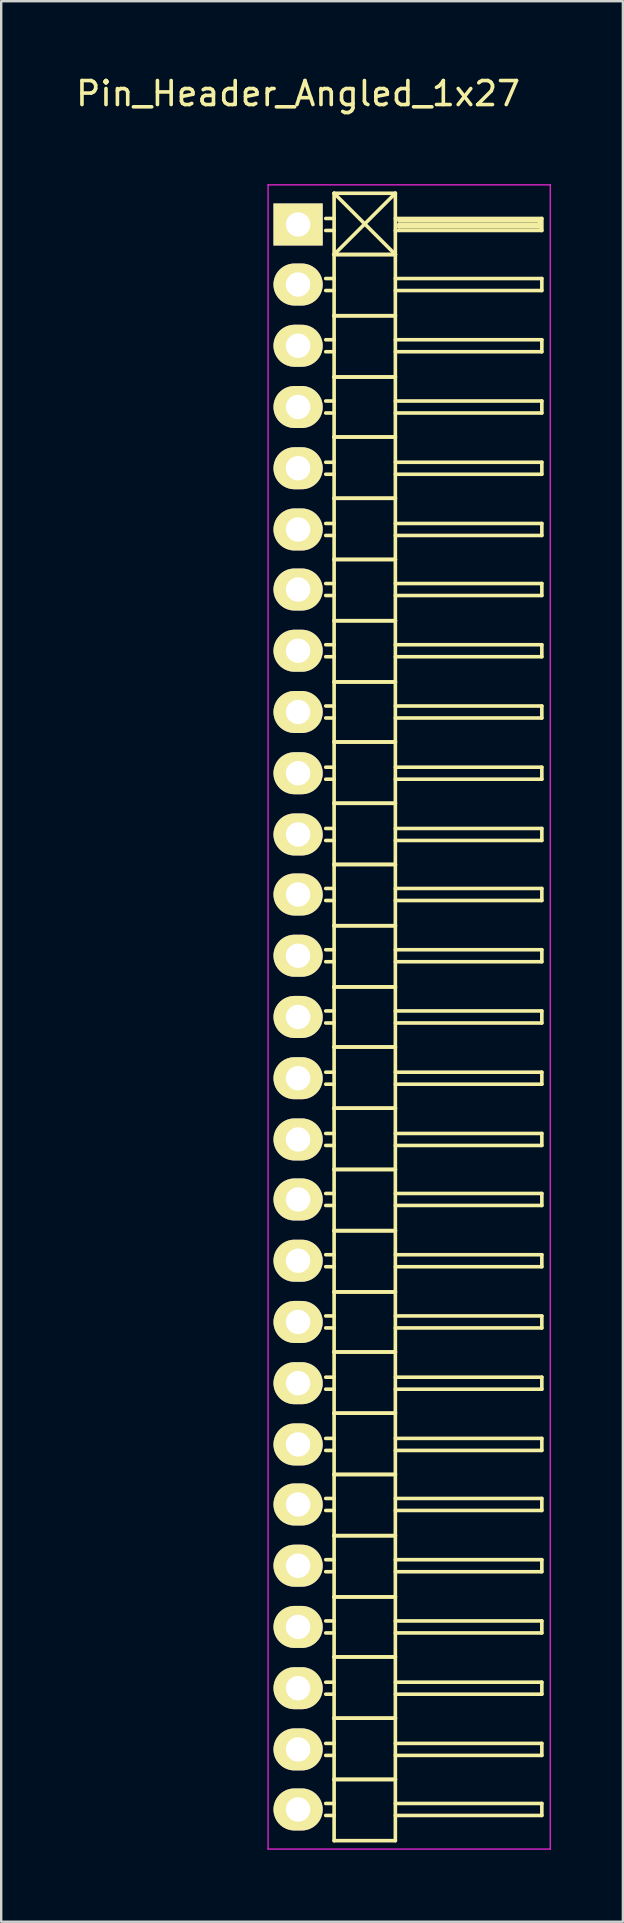
<source format=kicad_pcb>
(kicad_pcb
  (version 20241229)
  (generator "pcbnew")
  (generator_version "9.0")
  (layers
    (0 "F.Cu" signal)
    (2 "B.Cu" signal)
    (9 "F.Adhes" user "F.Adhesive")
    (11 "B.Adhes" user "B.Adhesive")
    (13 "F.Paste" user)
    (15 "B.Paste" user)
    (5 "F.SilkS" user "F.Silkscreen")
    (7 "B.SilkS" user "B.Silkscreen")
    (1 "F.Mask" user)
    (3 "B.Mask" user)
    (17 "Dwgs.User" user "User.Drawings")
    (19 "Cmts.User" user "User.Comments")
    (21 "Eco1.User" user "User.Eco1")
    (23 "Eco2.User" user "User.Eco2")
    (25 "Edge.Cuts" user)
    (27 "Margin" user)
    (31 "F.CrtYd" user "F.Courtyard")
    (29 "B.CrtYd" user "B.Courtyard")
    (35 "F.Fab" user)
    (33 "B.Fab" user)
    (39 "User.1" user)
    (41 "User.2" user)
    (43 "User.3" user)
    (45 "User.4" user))
  (footprint "Pin_Header_Angled_1x27"
    (layer "F.Cu")
    (at 9.363 6.298)
    (property "Reference" "Pin_Header_Angled_1x27" (at 0 -5.45 0) (layer "F.SilkS") (effects (font (size 1 1) (thickness 0.15))))
    (attr through_hole)
    (fp_line (start 1.5 -1.3) (end 1.5 1.25) (stroke (width 0.15) (type solid)) (layer "F.SilkS"))
    (fp_line (start 1.5 -1.3) (end 4.05 -1.3) (stroke (width 0.15) (type solid)) (layer "F.SilkS"))
    (fp_line (start 1.5 -0.25) (end 1.15 -0.25) (stroke (width 0.15) (type solid)) (layer "F.SilkS"))
    (fp_line (start 1.5 0.25) (end 1.15 0.25) (stroke (width 0.15) (type solid)) (layer "F.SilkS"))
    (fp_line (start 1.5 1.25) (end 1.5 3.8) (stroke (width 0.15) (type solid)) (layer "F.SilkS"))
    (fp_line (start 1.5 1.25) (end 4.05 1.25) (stroke (width 0.15) (type solid)) (layer "F.SilkS"))
    (fp_line (start 1.5 1.25) (end 4.05 1.25) (stroke (width 0.15) (type solid)) (layer "F.SilkS"))
    (fp_line (start 1.5 2.25) (end 1.15 2.25) (stroke (width 0.15) (type solid)) (layer "F.SilkS"))
    (fp_line (start 1.5 2.75) (end 1.15 2.75) (stroke (width 0.15) (type solid)) (layer "F.SilkS"))
    (fp_line (start 1.5 3.8) (end 1.5 6.35) (stroke (width 0.15) (type solid)) (layer "F.SilkS"))
    (fp_line (start 1.5 3.8) (end 4.05 3.8) (stroke (width 0.15) (type solid)) (layer "F.SilkS"))
    (fp_line (start 1.5 3.8) (end 4.05 3.8) (stroke (width 0.15) (type solid)) (layer "F.SilkS"))
    (fp_line (start 1.5 4.8) (end 1.15 4.8) (stroke (width 0.15) (type solid)) (layer "F.SilkS"))
    (fp_line (start 1.5 5.3) (end 1.15 5.3) (stroke (width 0.15) (type solid)) (layer "F.SilkS"))
    (fp_line (start 1.5 6.35) (end 1.5 8.85) (stroke (width 0.15) (type solid)) (layer "F.SilkS"))
    (fp_line (start 1.5 6.35) (end 4.05 6.35) (stroke (width 0.15) (type solid)) (layer "F.SilkS"))
    (fp_line (start 1.5 6.35) (end 4.05 6.35) (stroke (width 0.15) (type solid)) (layer "F.SilkS"))
    (fp_line (start 1.5 7.35) (end 1.15 7.35) (stroke (width 0.15) (type solid)) (layer "F.SilkS"))
    (fp_line (start 1.5 7.85) (end 1.15 7.85) (stroke (width 0.15) (type solid)) (layer "F.SilkS"))
    (fp_line (start 1.5 8.85) (end 1.5 11.4) (stroke (width 0.15) (type solid)) (layer "F.SilkS"))
    (fp_line (start 1.5 8.85) (end 4.05 8.85) (stroke (width 0.15) (type solid)) (layer "F.SilkS"))
    (fp_line (start 1.5 8.85) (end 4.05 8.85) (stroke (width 0.15) (type solid)) (layer "F.SilkS"))
    (fp_line (start 1.5 9.9) (end 1.15 9.9) (stroke (width 0.15) (type solid)) (layer "F.SilkS"))
    (fp_line (start 1.5 10.4) (end 1.15 10.4) (stroke (width 0.15) (type solid)) (layer "F.SilkS"))
    (fp_line (start 1.5 11.4) (end 1.5 13.95) (stroke (width 0.15) (type solid)) (layer "F.SilkS"))
    (fp_line (start 1.5 11.4) (end 4.05 11.4) (stroke (width 0.15) (type solid)) (layer "F.SilkS"))
    (fp_line (start 1.5 11.4) (end 4.05 11.4) (stroke (width 0.15) (type solid)) (layer "F.SilkS"))
    (fp_line (start 1.5 12.45) (end 1.15 12.45) (stroke (width 0.15) (type solid)) (layer "F.SilkS"))
    (fp_line (start 1.5 12.95) (end 1.15 12.95) (stroke (width 0.15) (type solid)) (layer "F.SilkS"))
    (fp_line (start 1.5 13.95) (end 1.5 16.5) (stroke (width 0.15) (type solid)) (layer "F.SilkS"))
    (fp_line (start 1.5 13.95) (end 4.05 13.95) (stroke (width 0.15) (type solid)) (layer "F.SilkS"))
    (fp_line (start 1.5 13.95) (end 4.05 13.95) (stroke (width 0.15) (type solid)) (layer "F.SilkS"))
    (fp_line (start 1.5 14.95) (end 1.15 14.95) (stroke (width 0.15) (type solid)) (layer "F.SilkS"))
    (fp_line (start 1.5 15.45) (end 1.15 15.45) (stroke (width 0.15) (type solid)) (layer "F.SilkS"))
    (fp_line (start 1.5 16.5) (end 1.5 19.05) (stroke (width 0.15) (type solid)) (layer "F.SilkS"))
    (fp_line (start 1.5 16.5) (end 4.05 16.5) (stroke (width 0.15) (type solid)) (layer "F.SilkS"))
    (fp_line (start 1.5 16.5) (end 4.05 16.5) (stroke (width 0.15) (type solid)) (layer "F.SilkS"))
    (fp_line (start 1.5 17.5) (end 1.15 17.5) (stroke (width 0.15) (type solid)) (layer "F.SilkS"))
    (fp_line (start 1.5 18) (end 1.15 18) (stroke (width 0.15) (type solid)) (layer "F.SilkS"))
    (fp_line (start 1.5 19.05) (end 1.5 21.55) (stroke (width 0.15) (type solid)) (layer "F.SilkS"))
    (fp_line (start 1.5 19.05) (end 4.05 19.05) (stroke (width 0.15) (type solid)) (layer "F.SilkS"))
    (fp_line (start 1.5 19.05) (end 4.05 19.05) (stroke (width 0.15) (type solid)) (layer "F.SilkS"))
    (fp_line (start 1.5 20.05) (end 1.15 20.05) (stroke (width 0.15) (type solid)) (layer "F.SilkS"))
    (fp_line (start 1.5 20.55) (end 1.15 20.55) (stroke (width 0.15) (type solid)) (layer "F.SilkS"))
    (fp_line (start 1.5 21.55) (end 1.5 24.1) (stroke (width 0.15) (type solid)) (layer "F.SilkS"))
    (fp_line (start 1.5 21.55) (end 4.05 21.55) (stroke (width 0.15) (type solid)) (layer "F.SilkS"))
    (fp_line (start 1.5 21.55) (end 4.05 21.55) (stroke (width 0.15) (type solid)) (layer "F.SilkS"))
    (fp_line (start 1.5 22.6) (end 1.15 22.6) (stroke (width 0.15) (type solid)) (layer "F.SilkS"))
    (fp_line (start 1.5 23.1) (end 1.15 23.1) (stroke (width 0.15) (type solid)) (layer "F.SilkS"))
    (fp_line (start 1.5 24.1) (end 1.5 26.65) (stroke (width 0.15) (type solid)) (layer "F.SilkS"))
    (fp_line (start 1.5 24.1) (end 4.05 24.1) (stroke (width 0.15) (type solid)) (layer "F.SilkS"))
    (fp_line (start 1.5 24.1) (end 4.05 24.1) (stroke (width 0.15) (type solid)) (layer "F.SilkS"))
    (fp_line (start 1.5 25.15) (end 1.15 25.15) (stroke (width 0.15) (type solid)) (layer "F.SilkS"))
    (fp_line (start 1.5 25.65) (end 1.15 25.65) (stroke (width 0.15) (type solid)) (layer "F.SilkS"))
    (fp_line (start 1.5 26.65) (end 1.5 29.2) (stroke (width 0.15) (type solid)) (layer "F.SilkS"))
    (fp_line (start 1.5 26.65) (end 4.05 26.65) (stroke (width 0.15) (type solid)) (layer "F.SilkS"))
    (fp_line (start 1.5 26.65) (end 4.05 26.65) (stroke (width 0.15) (type solid)) (layer "F.SilkS"))
    (fp_line (start 1.5 27.65) (end 1.15 27.65) (stroke (width 0.15) (type solid)) (layer "F.SilkS"))
    (fp_line (start 1.5 28.15) (end 1.15 28.15) (stroke (width 0.15) (type solid)) (layer "F.SilkS"))
    (fp_line (start 1.5 29.2) (end 1.5 31.75) (stroke (width 0.15) (type solid)) (layer "F.SilkS"))
    (fp_line (start 1.5 29.2) (end 4.05 29.2) (stroke (width 0.15) (type solid)) (layer "F.SilkS"))
    (fp_line (start 1.5 29.2) (end 4.05 29.2) (stroke (width 0.15) (type solid)) (layer "F.SilkS"))
    (fp_line (start 1.5 30.2) (end 1.15 30.2) (stroke (width 0.15) (type solid)) (layer "F.SilkS"))
    (fp_line (start 1.5 30.7) (end 1.15 30.7) (stroke (width 0.15) (type solid)) (layer "F.SilkS"))
    (fp_line (start 1.5 31.75) (end 1.5 34.25) (stroke (width 0.15) (type solid)) (layer "F.SilkS"))
    (fp_line (start 1.5 31.75) (end 4.05 31.75) (stroke (width 0.15) (type solid)) (layer "F.SilkS"))
    (fp_line (start 1.5 31.75) (end 4.05 31.75) (stroke (width 0.15) (type solid)) (layer "F.SilkS"))
    (fp_line (start 1.5 32.75) (end 1.15 32.75) (stroke (width 0.15) (type solid)) (layer "F.SilkS"))
    (fp_line (start 1.5 33.25) (end 1.15 33.25) (stroke (width 0.15) (type solid)) (layer "F.SilkS"))
    (fp_line (start 1.5 34.25) (end 1.5 36.8) (stroke (width 0.15) (type solid)) (layer "F.SilkS"))
    (fp_line (start 1.5 34.25) (end 4.05 34.25) (stroke (width 0.15) (type solid)) (layer "F.SilkS"))
    (fp_line (start 1.5 34.25) (end 4.05 34.25) (stroke (width 0.15) (type solid)) (layer "F.SilkS"))
    (fp_line (start 1.5 35.3) (end 1.15 35.3) (stroke (width 0.15) (type solid)) (layer "F.SilkS"))
    (fp_line (start 1.5 35.8) (end 1.15 35.8) (stroke (width 0.15) (type solid)) (layer "F.SilkS"))
    (fp_line (start 1.5 36.8) (end 1.5 39.35) (stroke (width 0.15) (type solid)) (layer "F.SilkS"))
    (fp_line (start 1.5 36.8) (end 4.05 36.8) (stroke (width 0.15) (type solid)) (layer "F.SilkS"))
    (fp_line (start 1.5 36.8) (end 4.05 36.8) (stroke (width 0.15) (type solid)) (layer "F.SilkS"))
    (fp_line (start 1.5 37.85) (end 1.15 37.85) (stroke (width 0.15) (type solid)) (layer "F.SilkS"))
    (fp_line (start 1.5 38.35) (end 1.15 38.35) (stroke (width 0.15) (type solid)) (layer "F.SilkS"))
    (fp_line (start 1.5 39.35) (end 1.5 41.9) (stroke (width 0.15) (type solid)) (layer "F.SilkS"))
    (fp_line (start 1.5 39.35) (end 4.05 39.35) (stroke (width 0.15) (type solid)) (layer "F.SilkS"))
    (fp_line (start 1.5 39.35) (end 4.05 39.35) (stroke (width 0.15) (type solid)) (layer "F.SilkS"))
    (fp_line (start 1.5 40.35) (end 1.15 40.35) (stroke (width 0.15) (type solid)) (layer "F.SilkS"))
    (fp_line (start 1.5 40.85) (end 1.15 40.85) (stroke (width 0.15) (type solid)) (layer "F.SilkS"))
    (fp_line (start 1.5 41.9) (end 1.5 44.45) (stroke (width 0.15) (type solid)) (layer "F.SilkS"))
    (fp_line (start 1.5 41.9) (end 4.05 41.9) (stroke (width 0.15) (type solid)) (layer "F.SilkS"))
    (fp_line (start 1.5 41.9) (end 4.05 41.9) (stroke (width 0.15) (type solid)) (layer "F.SilkS"))
    (fp_line (start 1.5 42.9) (end 1.15 42.9) (stroke (width 0.15) (type solid)) (layer "F.SilkS"))
    (fp_line (start 1.5 43.4) (end 1.15 43.4) (stroke (width 0.15) (type solid)) (layer "F.SilkS"))
    (fp_line (start 1.5 44.45) (end 1.5 46.95) (stroke (width 0.15) (type solid)) (layer "F.SilkS"))
    (fp_line (start 1.5 44.45) (end 4.05 44.45) (stroke (width 0.15) (type solid)) (layer "F.SilkS"))
    (fp_line (start 1.5 44.45) (end 4.05 44.45) (stroke (width 0.15) (type solid)) (layer "F.SilkS"))
    (fp_line (start 1.5 45.45) (end 1.15 45.45) (stroke (width 0.15) (type solid)) (layer "F.SilkS"))
    (fp_line (start 1.5 45.95) (end 1.15 45.95) (stroke (width 0.15) (type solid)) (layer "F.SilkS"))
    (fp_line (start 1.5 46.95) (end 1.5 49.5) (stroke (width 0.15) (type solid)) (layer "F.SilkS"))
    (fp_line (start 1.5 46.95) (end 4.05 46.95) (stroke (width 0.15) (type solid)) (layer "F.SilkS"))
    (fp_line (start 1.5 46.95) (end 4.05 46.95) (stroke (width 0.15) (type solid)) (layer "F.SilkS"))
    (fp_line (start 1.5 48) (end 1.15 48) (stroke (width 0.15) (type solid)) (layer "F.SilkS"))
    (fp_line (start 1.5 48.5) (end 1.15 48.5) (stroke (width 0.15) (type solid)) (layer "F.SilkS"))
    (fp_line (start 1.5 49.5) (end 1.5 52.05) (stroke (width 0.15) (type solid)) (layer "F.SilkS"))
    (fp_line (start 1.5 49.5) (end 4.05 49.5) (stroke (width 0.15) (type solid)) (layer "F.SilkS"))
    (fp_line (start 1.5 49.5) (end 4.05 49.5) (stroke (width 0.15) (type solid)) (layer "F.SilkS"))
    (fp_line (start 1.5 50.55) (end 1.15 50.55) (stroke (width 0.15) (type solid)) (layer "F.SilkS"))
    (fp_line (start 1.5 51.05) (end 1.15 51.05) (stroke (width 0.15) (type solid)) (layer "F.SilkS"))
    (fp_line (start 1.5 52.05) (end 1.5 54.6) (stroke (width 0.15) (type solid)) (layer "F.SilkS"))
    (fp_line (start 1.5 52.05) (end 4.05 52.05) (stroke (width 0.15) (type solid)) (layer "F.SilkS"))
    (fp_line (start 1.5 52.05) (end 4.05 52.05) (stroke (width 0.15) (type solid)) (layer "F.SilkS"))
    (fp_line (start 1.5 53.05) (end 1.15 53.05) (stroke (width 0.15) (type solid)) (layer "F.SilkS"))
    (fp_line (start 1.5 53.55) (end 1.15 53.55) (stroke (width 0.15) (type solid)) (layer "F.SilkS"))
    (fp_line (start 1.5 54.6) (end 1.5 57.15) (stroke (width 0.15) (type solid)) (layer "F.SilkS"))
    (fp_line (start 1.5 54.6) (end 4.05 54.6) (stroke (width 0.15) (type solid)) (layer "F.SilkS"))
    (fp_line (start 1.5 54.6) (end 4.05 54.6) (stroke (width 0.15) (type solid)) (layer "F.SilkS"))
    (fp_line (start 1.5 55.6) (end 1.15 55.6) (stroke (width 0.15) (type solid)) (layer "F.SilkS"))
    (fp_line (start 1.5 56.1) (end 1.15 56.1) (stroke (width 0.15) (type solid)) (layer "F.SilkS"))
    (fp_line (start 1.5 57.15) (end 1.5 59.65) (stroke (width 0.15) (type solid)) (layer "F.SilkS"))
    (fp_line (start 1.5 57.15) (end 4.05 57.15) (stroke (width 0.15) (type solid)) (layer "F.SilkS"))
    (fp_line (start 1.5 57.15) (end 4.05 57.15) (stroke (width 0.15) (type solid)) (layer "F.SilkS"))
    (fp_line (start 1.5 58.15) (end 1.15 58.15) (stroke (width 0.15) (type solid)) (layer "F.SilkS"))
    (fp_line (start 1.5 58.65) (end 1.15 58.65) (stroke (width 0.15) (type solid)) (layer "F.SilkS"))
    (fp_line (start 1.5 59.65) (end 1.5 62.2) (stroke (width 0.15) (type solid)) (layer "F.SilkS"))
    (fp_line (start 1.5 59.65) (end 4.05 59.65) (stroke (width 0.15) (type solid)) (layer "F.SilkS"))
    (fp_line (start 1.5 59.65) (end 4.05 59.65) (stroke (width 0.15) (type solid)) (layer "F.SilkS"))
    (fp_line (start 1.5 60.7) (end 1.15 60.7) (stroke (width 0.15) (type solid)) (layer "F.SilkS"))
    (fp_line (start 1.5 61.2) (end 1.15 61.2) (stroke (width 0.15) (type solid)) (layer "F.SilkS"))
    (fp_line (start 1.5 62.2) (end 1.5 64.75) (stroke (width 0.15) (type solid)) (layer "F.SilkS"))
    (fp_line (start 1.5 62.2) (end 4.05 62.2) (stroke (width 0.15) (type solid)) (layer "F.SilkS"))
    (fp_line (start 1.5 62.2) (end 4.05 62.2) (stroke (width 0.15) (type solid)) (layer "F.SilkS"))
    (fp_line (start 1.5 63.25) (end 1.15 63.25) (stroke (width 0.15) (type solid)) (layer "F.SilkS"))
    (fp_line (start 1.5 63.75) (end 1.15 63.75) (stroke (width 0.15) (type solid)) (layer "F.SilkS"))
    (fp_line (start 1.5 64.75) (end 1.5 67.3) (stroke (width 0.15) (type solid)) (layer "F.SilkS"))
    (fp_line (start 1.5 64.75) (end 4.05 64.75) (stroke (width 0.15) (type solid)) (layer "F.SilkS"))
    (fp_line (start 1.5 64.75) (end 4.05 64.75) (stroke (width 0.15) (type solid)) (layer "F.SilkS"))
    (fp_line (start 1.5 65.75) (end 1.15 65.75) (stroke (width 0.15) (type solid)) (layer "F.SilkS"))
    (fp_line (start 1.5 66.25) (end 1.15 66.25) (stroke (width 0.15) (type solid)) (layer "F.SilkS"))
    (fp_line (start 1.5 67.3) (end 4.05 67.3) (stroke (width 0.15) (type solid)) (layer "F.SilkS"))
    (fp_line (start 4.05 -1.3) (end 1.5 1.25) (stroke (width 0.15) (type solid)) (layer "F.SilkS"))
    (fp_line (start 4.05 -0.25) (end 10.15 -0.25) (stroke (width 0.15) (type solid)) (layer "F.SilkS"))
    (fp_line (start 4.05 1.25) (end 1.5 -1.3) (stroke (width 0.15) (type solid)) (layer "F.SilkS"))
    (fp_line (start 4.05 1.25) (end 4.05 -1.3) (stroke (width 0.15) (type solid)) (layer "F.SilkS"))
    (fp_line (start 4.05 2.25) (end 10.15 2.25) (stroke (width 0.15) (type solid)) (layer "F.SilkS"))
    (fp_line (start 4.05 3.8) (end 4.05 1.25) (stroke (width 0.15) (type solid)) (layer "F.SilkS"))
    (fp_line (start 4.05 4.8) (end 10.15 4.8) (stroke (width 0.15) (type solid)) (layer "F.SilkS"))
    (fp_line (start 4.05 6.35) (end 4.05 3.8) (stroke (width 0.15) (type solid)) (layer "F.SilkS"))
    (fp_line (start 4.05 7.35) (end 10.15 7.35) (stroke (width 0.15) (type solid)) (layer "F.SilkS"))
    (fp_line (start 4.05 8.85) (end 4.05 6.35) (stroke (width 0.15) (type solid)) (layer "F.SilkS"))
    (fp_line (start 4.05 9.9) (end 10.15 9.9) (stroke (width 0.15) (type solid)) (layer "F.SilkS"))
    (fp_line (start 4.05 11.4) (end 4.05 8.85) (stroke (width 0.15) (type solid)) (layer "F.SilkS"))
    (fp_line (start 4.05 12.45) (end 10.15 12.45) (stroke (width 0.15) (type solid)) (layer "F.SilkS"))
    (fp_line (start 4.05 13.95) (end 4.05 11.4) (stroke (width 0.15) (type solid)) (layer "F.SilkS"))
    (fp_line (start 4.05 14.95) (end 10.15 14.95) (stroke (width 0.15) (type solid)) (layer "F.SilkS"))
    (fp_line (start 4.05 16.5) (end 4.05 13.95) (stroke (width 0.15) (type solid)) (layer "F.SilkS"))
    (fp_line (start 4.05 17.5) (end 10.15 17.5) (stroke (width 0.15) (type solid)) (layer "F.SilkS"))
    (fp_line (start 4.05 19.05) (end 4.05 16.5) (stroke (width 0.15) (type solid)) (layer "F.SilkS"))
    (fp_line (start 4.05 20.05) (end 10.15 20.05) (stroke (width 0.15) (type solid)) (layer "F.SilkS"))
    (fp_line (start 4.05 21.55) (end 4.05 19.05) (stroke (width 0.15) (type solid)) (layer "F.SilkS"))
    (fp_line (start 4.05 22.6) (end 10.15 22.6) (stroke (width 0.15) (type solid)) (layer "F.SilkS"))
    (fp_line (start 4.05 24.1) (end 4.05 21.55) (stroke (width 0.15) (type solid)) (layer "F.SilkS"))
    (fp_line (start 4.05 25.15) (end 10.15 25.15) (stroke (width 0.15) (type solid)) (layer "F.SilkS"))
    (fp_line (start 4.05 26.65) (end 4.05 24.1) (stroke (width 0.15) (type solid)) (layer "F.SilkS"))
    (fp_line (start 4.05 27.65) (end 10.15 27.65) (stroke (width 0.15) (type solid)) (layer "F.SilkS"))
    (fp_line (start 4.05 29.2) (end 4.05 26.65) (stroke (width 0.15) (type solid)) (layer "F.SilkS"))
    (fp_line (start 4.05 30.2) (end 10.15 30.2) (stroke (width 0.15) (type solid)) (layer "F.SilkS"))
    (fp_line (start 4.05 31.75) (end 4.05 29.2) (stroke (width 0.15) (type solid)) (layer "F.SilkS"))
    (fp_line (start 4.05 32.75) (end 10.15 32.75) (stroke (width 0.15) (type solid)) (layer "F.SilkS"))
    (fp_line (start 4.05 34.25) (end 4.05 31.75) (stroke (width 0.15) (type solid)) (layer "F.SilkS"))
    (fp_line (start 4.05 35.3) (end 10.15 35.3) (stroke (width 0.15) (type solid)) (layer "F.SilkS"))
    (fp_line (start 4.05 36.8) (end 4.05 34.25) (stroke (width 0.15) (type solid)) (layer "F.SilkS"))
    (fp_line (start 4.05 37.85) (end 10.15 37.85) (stroke (width 0.15) (type solid)) (layer "F.SilkS"))
    (fp_line (start 4.05 39.35) (end 4.05 36.8) (stroke (width 0.15) (type solid)) (layer "F.SilkS"))
    (fp_line (start 4.05 40.35) (end 10.15 40.35) (stroke (width 0.15) (type solid)) (layer "F.SilkS"))
    (fp_line (start 4.05 41.9) (end 4.05 39.35) (stroke (width 0.15) (type solid)) (layer "F.SilkS"))
    (fp_line (start 4.05 42.9) (end 10.15 42.9) (stroke (width 0.15) (type solid)) (layer "F.SilkS"))
    (fp_line (start 4.05 44.45) (end 4.05 41.9) (stroke (width 0.15) (type solid)) (layer "F.SilkS"))
    (fp_line (start 4.05 45.45) (end 10.15 45.45) (stroke (width 0.15) (type solid)) (layer "F.SilkS"))
    (fp_line (start 4.05 46.95) (end 4.05 44.45) (stroke (width 0.15) (type solid)) (layer "F.SilkS"))
    (fp_line (start 4.05 48) (end 10.15 48) (stroke (width 0.15) (type solid)) (layer "F.SilkS"))
    (fp_line (start 4.05 49.5) (end 4.05 46.95) (stroke (width 0.15) (type solid)) (layer "F.SilkS"))
    (fp_line (start 4.05 50.55) (end 10.15 50.55) (stroke (width 0.15) (type solid)) (layer "F.SilkS"))
    (fp_line (start 4.05 52.05) (end 4.05 49.5) (stroke (width 0.15) (type solid)) (layer "F.SilkS"))
    (fp_line (start 4.05 53.05) (end 10.15 53.05) (stroke (width 0.15) (type solid)) (layer "F.SilkS"))
    (fp_line (start 4.05 54.6) (end 4.05 52.05) (stroke (width 0.15) (type solid)) (layer "F.SilkS"))
    (fp_line (start 4.05 55.6) (end 10.15 55.6) (stroke (width 0.15) (type solid)) (layer "F.SilkS"))
    (fp_line (start 4.05 57.15) (end 4.05 54.6) (stroke (width 0.15) (type solid)) (layer "F.SilkS"))
    (fp_line (start 4.05 58.15) (end 10.15 58.15) (stroke (width 0.15) (type solid)) (layer "F.SilkS"))
    (fp_line (start 4.05 59.65) (end 4.05 57.15) (stroke (width 0.15) (type solid)) (layer "F.SilkS"))
    (fp_line (start 4.05 60.7) (end 10.15 60.7) (stroke (width 0.15) (type solid)) (layer "F.SilkS"))
    (fp_line (start 4.05 62.2) (end 4.05 59.65) (stroke (width 0.15) (type solid)) (layer "F.SilkS"))
    (fp_line (start 4.05 63.25) (end 10.15 63.25) (stroke (width 0.15) (type solid)) (layer "F.SilkS"))
    (fp_line (start 4.05 64.75) (end 4.05 62.2) (stroke (width 0.15) (type solid)) (layer "F.SilkS"))
    (fp_line (start 4.05 65.75) (end 10.15 65.75) (stroke (width 0.15) (type solid)) (layer "F.SilkS"))
    (fp_line (start 4.05 67.3) (end 4.05 64.75) (stroke (width 0.15) (type solid)) (layer "F.SilkS"))
    (fp_line (start 4.2 -0.15) (end 10.05 -0.15) (stroke (width 0.15) (type solid)) (layer "F.SilkS"))
    (fp_line (start 4.2 0) (end 10.05 0) (stroke (width 0.15) (type solid)) (layer "F.SilkS"))
    (fp_line (start 4.2 0.1) (end 4.2 0) (stroke (width 0.15) (type solid)) (layer "F.SilkS"))
    (fp_line (start 10.05 -0.15) (end 10.05 0.1) (stroke (width 0.15) (type solid)) (layer "F.SilkS"))
    (fp_line (start 10.05 0.1) (end 4.2 0.1) (stroke (width 0.15) (type solid)) (layer "F.SilkS"))
    (fp_line (start 10.15 -0.25) (end 10.15 0.25) (stroke (width 0.15) (type solid)) (layer "F.SilkS"))
    (fp_line (start 10.15 0.25) (end 4.05 0.25) (stroke (width 0.15) (type solid)) (layer "F.SilkS"))
    (fp_line (start 10.15 2.25) (end 10.15 2.75) (stroke (width 0.15) (type solid)) (layer "F.SilkS"))
    (fp_line (start 10.15 2.75) (end 4.05 2.75) (stroke (width 0.15) (type solid)) (layer "F.SilkS"))
    (fp_line (start 10.15 4.8) (end 10.15 5.3) (stroke (width 0.15) (type solid)) (layer "F.SilkS"))
    (fp_line (start 10.15 5.3) (end 4.05 5.3) (stroke (width 0.15) (type solid)) (layer "F.SilkS"))
    (fp_line (start 10.15 7.35) (end 10.15 7.85) (stroke (width 0.15) (type solid)) (layer "F.SilkS"))
    (fp_line (start 10.15 7.85) (end 4.05 7.85) (stroke (width 0.15) (type solid)) (layer "F.SilkS"))
    (fp_line (start 10.15 9.9) (end 10.15 10.4) (stroke (width 0.15) (type solid)) (layer "F.SilkS"))
    (fp_line (start 10.15 10.4) (end 4.05 10.4) (stroke (width 0.15) (type solid)) (layer "F.SilkS"))
    (fp_line (start 10.15 12.45) (end 10.15 12.95) (stroke (width 0.15) (type solid)) (layer "F.SilkS"))
    (fp_line (start 10.15 12.95) (end 4.05 12.95) (stroke (width 0.15) (type solid)) (layer "F.SilkS"))
    (fp_line (start 10.15 14.95) (end 10.15 15.45) (stroke (width 0.15) (type solid)) (layer "F.SilkS"))
    (fp_line (start 10.15 15.45) (end 4.05 15.45) (stroke (width 0.15) (type solid)) (layer "F.SilkS"))
    (fp_line (start 10.15 17.5) (end 10.15 18) (stroke (width 0.15) (type solid)) (layer "F.SilkS"))
    (fp_line (start 10.15 18) (end 4.05 18) (stroke (width 0.15) (type solid)) (layer "F.SilkS"))
    (fp_line (start 10.15 20.05) (end 10.15 20.55) (stroke (width 0.15) (type solid)) (layer "F.SilkS"))
    (fp_line (start 10.15 20.55) (end 4.05 20.55) (stroke (width 0.15) (type solid)) (layer "F.SilkS"))
    (fp_line (start 10.15 22.6) (end 10.15 23.1) (stroke (width 0.15) (type solid)) (layer "F.SilkS"))
    (fp_line (start 10.15 23.1) (end 4.05 23.1) (stroke (width 0.15) (type solid)) (layer "F.SilkS"))
    (fp_line (start 10.15 25.15) (end 10.15 25.65) (stroke (width 0.15) (type solid)) (layer "F.SilkS"))
    (fp_line (start 10.15 25.65) (end 4.05 25.65) (stroke (width 0.15) (type solid)) (layer "F.SilkS"))
    (fp_line (start 10.15 27.65) (end 10.15 28.15) (stroke (width 0.15) (type solid)) (layer "F.SilkS"))
    (fp_line (start 10.15 28.15) (end 4.05 28.15) (stroke (width 0.15) (type solid)) (layer "F.SilkS"))
    (fp_line (start 10.15 30.2) (end 10.15 30.7) (stroke (width 0.15) (type solid)) (layer "F.SilkS"))
    (fp_line (start 10.15 30.7) (end 4.05 30.7) (stroke (width 0.15) (type solid)) (layer "F.SilkS"))
    (fp_line (start 10.15 32.75) (end 10.15 33.25) (stroke (width 0.15) (type solid)) (layer "F.SilkS"))
    (fp_line (start 10.15 33.25) (end 4.05 33.25) (stroke (width 0.15) (type solid)) (layer "F.SilkS"))
    (fp_line (start 10.15 35.3) (end 10.15 35.8) (stroke (width 0.15) (type solid)) (layer "F.SilkS"))
    (fp_line (start 10.15 35.8) (end 4.05 35.8) (stroke (width 0.15) (type solid)) (layer "F.SilkS"))
    (fp_line (start 10.15 37.85) (end 10.15 38.35) (stroke (width 0.15) (type solid)) (layer "F.SilkS"))
    (fp_line (start 10.15 38.35) (end 4.05 38.35) (stroke (width 0.15) (type solid)) (layer "F.SilkS"))
    (fp_line (start 10.15 40.35) (end 10.15 40.85) (stroke (width 0.15) (type solid)) (layer "F.SilkS"))
    (fp_line (start 10.15 40.85) (end 4.05 40.85) (stroke (width 0.15) (type solid)) (layer "F.SilkS"))
    (fp_line (start 10.15 42.9) (end 10.15 43.4) (stroke (width 0.15) (type solid)) (layer "F.SilkS"))
    (fp_line (start 10.15 43.4) (end 4.05 43.4) (stroke (width 0.15) (type solid)) (layer "F.SilkS"))
    (fp_line (start 10.15 45.45) (end 10.15 45.95) (stroke (width 0.15) (type solid)) (layer "F.SilkS"))
    (fp_line (start 10.15 45.95) (end 4.05 45.95) (stroke (width 0.15) (type solid)) (layer "F.SilkS"))
    (fp_line (start 10.15 48) (end 10.15 48.5) (stroke (width 0.15) (type solid)) (layer "F.SilkS"))
    (fp_line (start 10.15 48.5) (end 4.05 48.5) (stroke (width 0.15) (type solid)) (layer "F.SilkS"))
    (fp_line (start 10.15 50.55) (end 10.15 51.05) (stroke (width 0.15) (type solid)) (layer "F.SilkS"))
    (fp_line (start 10.15 51.05) (end 4.05 51.05) (stroke (width 0.15) (type solid)) (layer "F.SilkS"))
    (fp_line (start 10.15 53.05) (end 10.15 53.55) (stroke (width 0.15) (type solid)) (layer "F.SilkS"))
    (fp_line (start 10.15 53.55) (end 4.05 53.55) (stroke (width 0.15) (type solid)) (layer "F.SilkS"))
    (fp_line (start 10.15 55.6) (end 10.15 56.1) (stroke (width 0.15) (type solid)) (layer "F.SilkS"))
    (fp_line (start 10.15 56.1) (end 4.05 56.1) (stroke (width 0.15) (type solid)) (layer "F.SilkS"))
    (fp_line (start 10.15 58.15) (end 10.15 58.65) (stroke (width 0.15) (type solid)) (layer "F.SilkS"))
    (fp_line (start 10.15 58.65) (end 4.05 58.65) (stroke (width 0.15) (type solid)) (layer "F.SilkS"))
    (fp_line (start 10.15 60.7) (end 10.15 61.2) (stroke (width 0.15) (type solid)) (layer "F.SilkS"))
    (fp_line (start 10.15 61.2) (end 4.05 61.2) (stroke (width 0.15) (type solid)) (layer "F.SilkS"))
    (fp_line (start 10.15 63.25) (end 10.15 63.75) (stroke (width 0.15) (type solid)) (layer "F.SilkS"))
    (fp_line (start 10.15 63.75) (end 4.05 63.75) (stroke (width 0.15) (type solid)) (layer "F.SilkS"))
    (fp_line (start 10.15 65.75) (end 10.15 66.25) (stroke (width 0.15) (type solid)) (layer "F.SilkS"))
    (fp_line (start 10.15 66.25) (end 4.05 66.25) (stroke (width 0.15) (type solid)) (layer "F.SilkS"))
    (fp_line (start -1.25 -1.65) (end -1.25 67.65) (stroke (width 0.05) (type solid)) (layer "F.CrtYd"))
    (fp_line (start -1.25 -1.65) (end 10.5 -1.65) (stroke (width 0.05) (type solid)) (layer "F.CrtYd"))
    (fp_line (start -1.25 67.65) (end 10.5 67.65) (stroke (width 0.05) (type solid)) (layer "F.CrtYd"))
    (fp_line (start 10.5 -1.65) (end 10.5 67.65) (stroke (width 0.05) (type solid)) (layer "F.CrtYd"))
    (pad "1" thru_hole rect (at 0 0) (size 2.05 1.75) (drill 1.016) (layers "*.Cu" "*.Mask" "F.SilkS"))
    (pad "2" thru_hole oval (at 0 2.5) (size 2.05 1.75) (drill 1.016) (layers "*.Cu" "*.Mask" "F.SilkS"))
    (pad "3" thru_hole oval (at 0 5.05) (size 2.05 1.75) (drill 1.016) (layers "*.Cu" "*.Mask" "F.SilkS"))
    (pad "4" thru_hole oval (at 0 7.6) (size 2.05 1.75) (drill 1.016) (layers "*.Cu" "*.Mask" "F.SilkS"))
    (pad "5" thru_hole oval (at 0 10.15) (size 2.05 1.75) (drill 1.016) (layers "*.Cu" "*.Mask" "F.SilkS"))
    (pad "6" thru_hole oval (at 0 12.7) (size 2.05 1.75) (drill 1.016) (layers "*.Cu" "*.Mask" "F.SilkS"))
    (pad "7" thru_hole oval (at 0 15.2) (size 2.05 1.75) (drill 1.016) (layers "*.Cu" "*.Mask" "F.SilkS"))
    (pad "8" thru_hole oval (at 0 17.75) (size 2.05 1.75) (drill 1.016) (layers "*.Cu" "*.Mask" "F.SilkS"))
    (pad "9" thru_hole oval (at 0 20.3) (size 2.05 1.75) (drill 1.016) (layers "*.Cu" "*.Mask" "F.SilkS"))
    (pad "10" thru_hole oval (at 0 22.85) (size 2.05 1.75) (drill 1.016) (layers "*.Cu" "*.Mask" "F.SilkS"))
    (pad "11" thru_hole oval (at 0 25.4) (size 2.05 1.75) (drill 1.016) (layers "*.Cu" "*.Mask" "F.SilkS"))
    (pad "12" thru_hole oval (at 0 27.9) (size 2.05 1.75) (drill 1.016) (layers "*.Cu" "*.Mask" "F.SilkS"))
    (pad "13" thru_hole oval (at 0 30.45) (size 2.05 1.75) (drill 1.016) (layers "*.Cu" "*.Mask" "F.SilkS"))
    (pad "14" thru_hole oval (at 0 33) (size 2.05 1.75) (drill 1.016) (layers "*.Cu" "*.Mask" "F.SilkS"))
    (pad "15" thru_hole oval (at 0 35.55) (size 2.05 1.75) (drill 1.016) (layers "*.Cu" "*.Mask" "F.SilkS"))
    (pad "16" thru_hole oval (at 0 38.1) (size 2.05 1.75) (drill 1.016) (layers "*.Cu" "*.Mask" "F.SilkS"))
    (pad "17" thru_hole oval (at 0 40.6) (size 2.05 1.75) (drill 1.016) (layers "*.Cu" "*.Mask" "F.SilkS"))
    (pad "18" thru_hole oval (at 0 43.15) (size 2.05 1.75) (drill 1.016) (layers "*.Cu" "*.Mask" "F.SilkS"))
    (pad "19" thru_hole oval (at 0 45.7) (size 2.05 1.75) (drill 1.016) (layers "*.Cu" "*.Mask" "F.SilkS"))
    (pad "20" thru_hole oval (at 0 48.25) (size 2.05 1.75) (drill 1.016) (layers "*.Cu" "*.Mask" "F.SilkS"))
    (pad "21" thru_hole oval (at 0 50.8) (size 2.05 1.75) (drill 1.016) (layers "*.Cu" "*.Mask" "F.SilkS"))
    (pad "22" thru_hole oval (at 0 53.3) (size 2.05 1.75) (drill 1.016) (layers "*.Cu" "*.Mask" "F.SilkS"))
    (pad "23" thru_hole oval (at 0 55.85) (size 2.05 1.75) (drill 1.016) (layers "*.Cu" "*.Mask" "F.SilkS"))
    (pad "24" thru_hole oval (at 0 58.4) (size 2.05 1.75) (drill 1.016) (layers "*.Cu" "*.Mask" "F.SilkS"))
    (pad "25" thru_hole oval (at 0 60.95) (size 2.05 1.75) (drill 1.016) (layers "*.Cu" "*.Mask" "F.SilkS"))
    (pad "26" thru_hole oval (at 0 63.5) (size 2.05 1.75) (drill 1.016) (layers "*.Cu" "*.Mask" "F.SilkS"))
    (pad "27" thru_hole oval (at 0 66) (size 2.05 1.75) (drill 1.016) (layers "*.Cu" "*.Mask" "F.SilkS")))
  (gr_rect
    (start -3 -3)
    (end 22.888 76.973)
    (stroke (width 0.1) (type default))
    (fill no)
    (layer "Edge.Cuts")))
</source>
